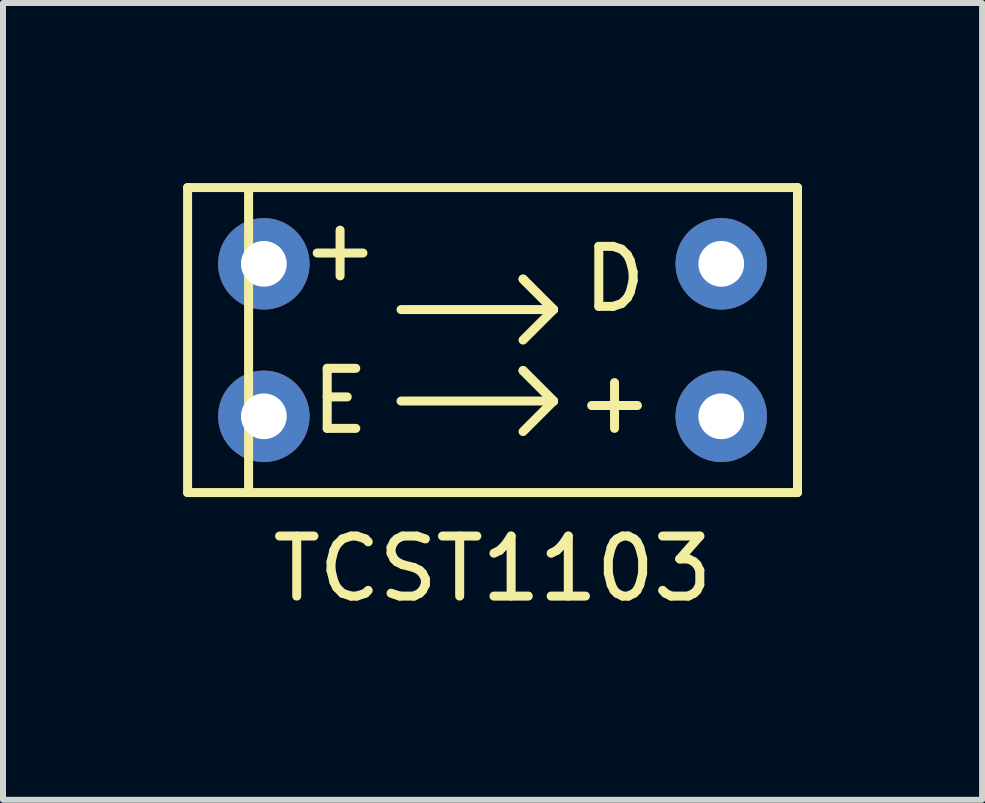
<source format=kicad_pcb>
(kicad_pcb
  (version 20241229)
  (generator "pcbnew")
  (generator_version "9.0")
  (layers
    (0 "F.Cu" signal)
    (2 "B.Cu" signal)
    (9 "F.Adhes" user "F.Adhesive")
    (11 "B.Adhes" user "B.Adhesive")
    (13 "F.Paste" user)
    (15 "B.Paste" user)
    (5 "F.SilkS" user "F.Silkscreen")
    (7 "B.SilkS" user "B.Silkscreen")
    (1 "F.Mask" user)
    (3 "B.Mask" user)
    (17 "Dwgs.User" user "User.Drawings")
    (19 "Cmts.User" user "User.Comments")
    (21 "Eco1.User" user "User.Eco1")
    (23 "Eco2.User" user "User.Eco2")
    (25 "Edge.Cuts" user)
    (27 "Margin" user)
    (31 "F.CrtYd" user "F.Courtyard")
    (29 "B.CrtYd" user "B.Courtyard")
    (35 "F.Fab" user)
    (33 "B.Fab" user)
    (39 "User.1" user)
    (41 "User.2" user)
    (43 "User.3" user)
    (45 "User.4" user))
  (footprint "TCST1103"
    (layer "F.Cu")
    (at 5.155 2.615)
    (property "Reference" "TCST1103" (at 0 3.81 0) (layer "F.SilkS") (effects (font (size 1 1) (thickness 0.15))))
    (attr through_hole)
    (fp_line (start -5.08 -2.54) (end -5.08 2.54) (stroke (width 0.15) (type solid)) (layer "F.SilkS"))
    (fp_line (start -5.08 2.54) (end 5.08 2.54) (stroke (width 0.15) (type solid)) (layer "F.SilkS"))
    (fp_line (start -4.064 -2.54) (end -4.064 2.54) (stroke (width 0.15) (type solid)) (layer "F.SilkS"))
    (fp_line (start -1.524 -0.508) (end 1.016 -0.508) (stroke (width 0.15) (type solid)) (layer "F.SilkS"))
    (fp_line (start -1.524 1.016) (end 1.016 1.016) (stroke (width 0.15) (type solid)) (layer "F.SilkS"))
    (fp_line (start 0.508 -1.016) (end 1.016 -0.508) (stroke (width 0.15) (type solid)) (layer "F.SilkS"))
    (fp_line (start 0.508 0.508) (end 1.016 1.016) (stroke (width 0.15) (type solid)) (layer "F.SilkS"))
    (fp_line (start 0.508 1.524) (end 1.016 1.016) (stroke (width 0.15) (type solid)) (layer "F.SilkS"))
    (fp_line (start 1.016 -0.508) (end 0.508 -1.016) (stroke (width 0.15) (type solid)) (layer "F.SilkS"))
    (fp_line (start 1.016 -0.508) (end 0.508 0) (stroke (width 0.15) (type solid)) (layer "F.SilkS"))
    (fp_line (start 1.016 1.016) (end 0.508 0.508) (stroke (width 0.15) (type solid)) (layer "F.SilkS"))
    (fp_line (start 5.08 -2.54) (end -5.08 -2.54) (stroke (width 0.15) (type solid)) (layer "F.SilkS"))
    (fp_line (start 5.08 2.54) (end 5.08 -2.54) (stroke (width 0.15) (type solid)) (layer "F.SilkS"))
    (fp_text user "E" (at -2.54 1.016 0) (layer "F.SilkS") (effects (font (size 1 1) (thickness 0.15))))
    (fp_text user "D" (at 2.032 -1.016 0) (layer "F.SilkS") (effects (font (size 1 1) (thickness 0.15))))
    (fp_text user "+" (at 2.032 1.016 0) (layer "F.SilkS") (effects (font (size 1 1) (thickness 0.15))))
    (fp_text user "+" (at -2.54 -1.524 0) (layer "F.SilkS") (effects (font (size 1 1) (thickness 0.15))))
    (pad "1" thru_hole circle (at -3.81 -1.27) (size 1.524 1.524) (drill 0.762) (layers "*.Cu" "*.Mask"))
    (pad "2" thru_hole circle (at -3.81 1.27) (size 1.524 1.524) (drill 0.762) (layers "*.Cu" "*.Mask"))
    (pad "3" thru_hole circle (at 3.81 1.27) (size 1.524 1.524) (drill 0.762) (layers "*.Cu" "*.Mask"))
    (pad "4" thru_hole circle (at 3.81 -1.27) (size 1.524 1.524) (drill 0.762) (layers "*.Cu" "*.Mask")))
  (gr_rect
    (start -3 -3)
    (end 13.31 10.273)
    (stroke (width 0.1) (type default))
    (fill no)
    (layer "Edge.Cuts")))
</source>
